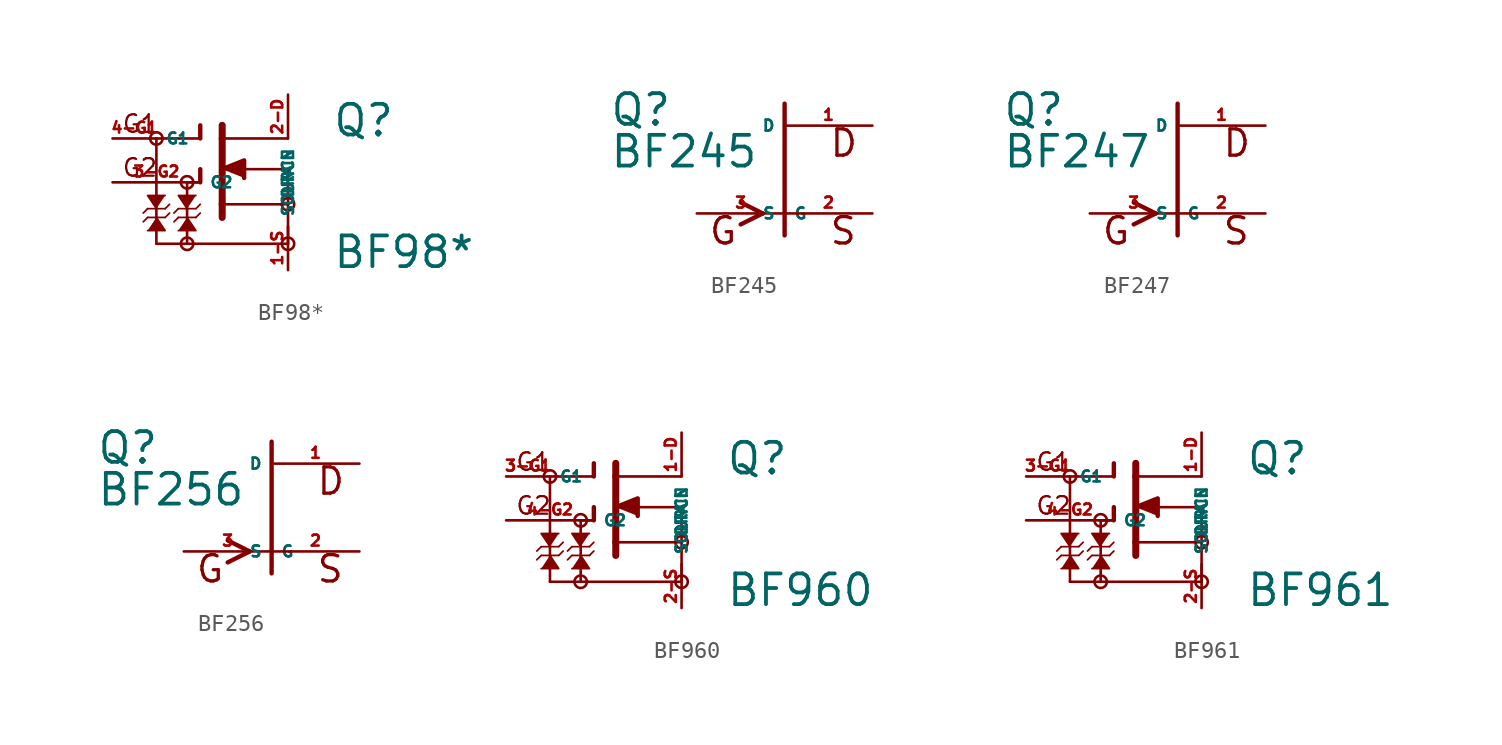
<source format=kicad_sym>
(kicad_symbol_lib
  (version 20220914)
  (generator Eagle2Kicad)
  (symbol "BF98*"
    (property "Reference" "Q"
      (at 5.08 2.54 0)
      (effects (font (size 1.778 1.778) (thickness 0.22)) (justify left bottom)))
    (property "Value" "BF98*"
      (at 5.08 -5.08 0)
      (effects (font (size 1.778 1.778) (thickness 0.22)) (justify left bottom)))
    (polyline
      (pts (xy -1.27 0.762) (xy 0 1.27) (xy 0 0.254))
      (stroke (width 0.254) (type default))
      (fill (type outline)))
    (polyline
      (pts (xy -5.08 -1.524) (xy -5.588 -0.762) (xy -4.572 -0.762))
      (stroke (width 0.102) (type default))
      (fill (type outline)))
    (polyline
      (pts (xy -3.302 -1.524) (xy -3.81 -0.762) (xy -2.794 -0.762))
      (stroke (width 0.102) (type default))
      (fill (type outline)))
    (polyline
      (pts (xy -3.302 -2.032) (xy -2.794 -2.794) (xy -3.81 -2.794))
      (stroke (width 0.102) (type default))
      (fill (type outline)))
    (polyline
      (pts (xy -5.08 -2.032) (xy -4.572 -2.794) (xy -5.588 -2.794))
      (stroke (width 0.102) (type default))
      (fill (type outline)))
    (polyline
      (pts (xy -5.08 2.54) (xy -2.54 2.54))
      (stroke (width 0.152) (type default))
      (fill (type none)))
    (polyline
      (pts (xy -3.302 0) (xy -2.54 0))
      (stroke (width 0.152) (type default))
      (fill (type none)))
    (polyline
      (pts (xy -2.54 2.54) (xy -2.54 3.302))
      (stroke (width 0.254) (type default))
      (fill (type none)))
    (polyline
      (pts (xy -2.54 0) (xy -2.54 0.762))
      (stroke (width 0.254) (type default))
      (fill (type none)))
    (polyline
      (pts (xy -1.27 3.302) (xy -1.27 2.54))
      (stroke (width 0.406) (type default))
      (fill (type none)))
    (polyline
      (pts (xy -1.27 2.54) (xy -1.27 -1.27))
      (stroke (width 0.406) (type default))
      (fill (type none)))
    (polyline
      (pts (xy -1.27 -1.27) (xy -1.27 -2.032))
      (stroke (width 0.406) (type default))
      (fill (type none)))
    (polyline
      (pts (xy -1.27 2.54) (xy 2.54 2.54))
      (stroke (width 0.152) (type default))
      (fill (type none)))
    (polyline
      (pts (xy -1.27 -1.27) (xy 2.54 -1.27))
      (stroke (width 0.152) (type default))
      (fill (type none)))
    (polyline
      (pts (xy 2.54 -1.27) (xy 2.54 -3.556))
      (stroke (width 0.152) (type default))
      (fill (type none)))
    (polyline
      (pts (xy 2.54 -1.27) (xy 2.54 0.762))
      (stroke (width 0.152) (type default))
      (fill (type none)))
    (polyline
      (pts (xy 2.54 0.762) (xy -1.016 0.762))
      (stroke (width 0.152) (type default))
      (fill (type none)))
    (polyline
      (pts (xy -5.588 -1.524) (xy -4.572 -1.524))
      (stroke (width 0.102) (type default))
      (fill (type none)))
    (polyline
      (pts (xy -4.572 -1.524) (xy -4.318 -1.27))
      (stroke (width 0.102) (type default))
      (fill (type none)))
    (polyline
      (pts (xy -5.588 -1.524) (xy -5.842 -1.778))
      (stroke (width 0.102) (type default))
      (fill (type none)))
    (polyline
      (pts (xy -3.81 -1.524) (xy -2.794 -1.524))
      (stroke (width 0.102) (type default))
      (fill (type none)))
    (polyline
      (pts (xy -2.794 -1.524) (xy -2.54 -1.27))
      (stroke (width 0.102) (type default))
      (fill (type none)))
    (polyline
      (pts (xy -3.81 -1.524) (xy -4.064 -1.778))
      (stroke (width 0.102) (type default))
      (fill (type none)))
    (polyline
      (pts (xy -2.794 -2.032) (xy -3.81 -2.032))
      (stroke (width 0.102) (type default))
      (fill (type none)))
    (polyline
      (pts (xy -3.81 -2.032) (xy -4.064 -2.286))
      (stroke (width 0.102) (type default))
      (fill (type none)))
    (polyline
      (pts (xy -2.794 -2.032) (xy -2.54 -1.778))
      (stroke (width 0.102) (type default))
      (fill (type none)))
    (polyline
      (pts (xy -4.572 -2.032) (xy -5.588 -2.032))
      (stroke (width 0.102) (type default))
      (fill (type none)))
    (polyline
      (pts (xy -5.588 -2.032) (xy -5.842 -2.286))
      (stroke (width 0.102) (type default))
      (fill (type none)))
    (polyline
      (pts (xy -4.572 -2.032) (xy -4.318 -1.778))
      (stroke (width 0.102) (type default))
      (fill (type none)))
    (polyline
      (pts (xy -5.08 2.54) (xy -5.08 -3.556))
      (stroke (width 0.152) (type default))
      (fill (type none)))
    (polyline
      (pts (xy -5.08 -3.556) (xy -3.302 -3.556))
      (stroke (width 0.152) (type default))
      (fill (type none)))
    (polyline
      (pts (xy -3.302 -3.556) (xy 2.54 -3.556))
      (stroke (width 0.152) (type default))
      (fill (type none)))
    (polyline
      (pts (xy -3.302 0) (xy -3.302 -3.556))
      (stroke (width 0.152) (type default))
      (fill (type none)))
    (text "G1"
      (at -7.112 2.794 0)
      (effects (font (size 1.016 1.016) (thickness 0.13)) (justify left bottom)))
    (text "G2"
      (at -7.112 0.254 0)
      (effects (font (size 1.016 1.016) (thickness 0.13)) (justify left bottom)))
    (circle
      (center 2.54 -1.27)
      (radius 0.359)
      (stroke (width 0) (type default))
      (fill (type none)))
    (circle
      (center -5.08 2.54)
      (radius 0.359)
      (stroke (width 0) (type default))
      (fill (type none)))
    (circle
      (center -3.302 0)
      (radius 0.359)
      (stroke (width 0) (type default))
      (fill (type none)))
    (circle
      (center -3.302 -3.556)
      (radius 0.359)
      (stroke (width 0) (type default))
      (fill (type none)))
    (circle
      (center 2.54 -3.556)
      (radius 0.359)
      (stroke (width 0) (type default))
      (fill (type none)))
    (pin passive line
      (at -7.62 2.54 0)
      (length 2.54)
      (name "G1" (effects (font (size 0.635 0.635) (thickness 0.08)) (justify left bottom)))
      (number "4-G1" (effects (font (size 0.635 0.635) (thickness 0.08)) (justify left bottom))))
    (pin passive line
      (at -7.62 0 0)
      (length 5.08)
      (name "G2" (effects (font (size 0.635 0.635) (thickness 0.08)) (justify left bottom)))
      (number "3-G2" (effects (font (size 0.635 0.635) (thickness 0.08)) (justify left bottom))))
    (pin passive line
      (at 2.54 5.08 270)
      (length 2.54)
      (name "DRAIN" (effects (font (size 0.635 0.635) (thickness 0.08)) (justify left bottom)))
      (number "2-D" (effects (font (size 0.635 0.635) (thickness 0.08)) (justify left bottom))))
    (pin passive line
      (at 2.54 -5.08 90)
      (length 2.54)
      (name "SOURCE" (effects (font (size 0.635 0.635) (thickness 0.08)) (justify left bottom)))
      (number "1-S" (effects (font (size 0.635 0.635) (thickness 0.08)) (justify left bottom)))))
  (symbol "BF245"
    (property "Reference" "Q"
      (at -10.16 2.413 0)
      (effects (font (size 1.778 1.778) (thickness 0.22)) (justify left bottom)))
    (property "Value" "BF245"
      (at -10.16 0 0)
      (effects (font (size 1.778 1.778) (thickness 0.22)) (justify left bottom)))
    (polyline
      (pts (xy 0 -3.81) (xy 0 3.81))
      (stroke (width 0.254) (type default))
      (fill (type none)))
    (polyline
      (pts (xy -2.54 -1.905) (xy -1.27 -2.54))
      (stroke (width 0.254) (type default))
      (fill (type none)))
    (polyline
      (pts (xy -1.27 -2.54) (xy -2.54 -3.175))
      (stroke (width 0.254) (type default))
      (fill (type none)))
    (text "D"
      (at 2.54 0.635 0)
      (effects (font (size 1.524 1.524) (thickness 0.19)) (justify left bottom)))
    (text "S"
      (at 2.54 -4.445 0)
      (effects (font (size 1.524 1.524) (thickness 0.19)) (justify left bottom)))
    (text "G"
      (at -4.445 -4.445 0)
      (effects (font (size 1.524 1.524) (thickness 0.19)) (justify left bottom)))
    (pin passive line
      (at -5.08 -2.54 0)
      (length 5.08)
      (name "G" (effects (font (size 0.635 0.635) (thickness 0.08)) (justify left bottom)))
      (number "3" (effects (font (size 0.635 0.635) (thickness 0.08)) (justify left bottom))))
    (pin passive line
      (at 5.08 2.54 180)
      (length 5.08)
      (name "D" (effects (font (size 0.635 0.635) (thickness 0.08)) (justify left bottom)))
      (number "1" (effects (font (size 0.635 0.635) (thickness 0.08)) (justify left bottom))))
    (pin passive line
      (at 5.08 -2.54 180)
      (length 5.08)
      (name "S" (effects (font (size 0.635 0.635) (thickness 0.08)) (justify left bottom)))
      (number "2" (effects (font (size 0.635 0.635) (thickness 0.08)) (justify left bottom)))))
  (symbol "BF247"
    (property "Reference" "Q"
      (at -10.16 2.413 0)
      (effects (font (size 1.778 1.778) (thickness 0.22)) (justify left bottom)))
    (property "Value" "BF247"
      (at -10.16 0 0)
      (effects (font (size 1.778 1.778) (thickness 0.22)) (justify left bottom)))
    (polyline
      (pts (xy 0 -3.81) (xy 0 3.81))
      (stroke (width 0.254) (type default))
      (fill (type none)))
    (polyline
      (pts (xy -2.54 -1.905) (xy -1.27 -2.54))
      (stroke (width 0.254) (type default))
      (fill (type none)))
    (polyline
      (pts (xy -1.27 -2.54) (xy -2.54 -3.175))
      (stroke (width 0.254) (type default))
      (fill (type none)))
    (text "D"
      (at 2.54 0.635 0)
      (effects (font (size 1.524 1.524) (thickness 0.19)) (justify left bottom)))
    (text "S"
      (at 2.54 -4.445 0)
      (effects (font (size 1.524 1.524) (thickness 0.19)) (justify left bottom)))
    (text "G"
      (at -4.445 -4.445 0)
      (effects (font (size 1.524 1.524) (thickness 0.19)) (justify left bottom)))
    (pin passive line
      (at -5.08 -2.54 0)
      (length 5.08)
      (name "G" (effects (font (size 0.635 0.635) (thickness 0.08)) (justify left bottom)))
      (number "3" (effects (font (size 0.635 0.635) (thickness 0.08)) (justify left bottom))))
    (pin passive line
      (at 5.08 2.54 180)
      (length 5.08)
      (name "D" (effects (font (size 0.635 0.635) (thickness 0.08)) (justify left bottom)))
      (number "1" (effects (font (size 0.635 0.635) (thickness 0.08)) (justify left bottom))))
    (pin passive line
      (at 5.08 -2.54 180)
      (length 5.08)
      (name "S" (effects (font (size 0.635 0.635) (thickness 0.08)) (justify left bottom)))
      (number "2" (effects (font (size 0.635 0.635) (thickness 0.08)) (justify left bottom)))))
  (symbol "BF256"
    (property "Reference" "Q"
      (at -10.16 2.413 0)
      (effects (font (size 1.778 1.778) (thickness 0.22)) (justify left bottom)))
    (property "Value" "BF256"
      (at -10.16 0 0)
      (effects (font (size 1.778 1.778) (thickness 0.22)) (justify left bottom)))
    (polyline
      (pts (xy 0 -3.81) (xy 0 3.81))
      (stroke (width 0.254) (type default))
      (fill (type none)))
    (polyline
      (pts (xy -2.54 -1.905) (xy -1.27 -2.54))
      (stroke (width 0.254) (type default))
      (fill (type none)))
    (polyline
      (pts (xy -1.27 -2.54) (xy -2.54 -3.175))
      (stroke (width 0.254) (type default))
      (fill (type none)))
    (text "D"
      (at 2.54 0.635 0)
      (effects (font (size 1.524 1.524) (thickness 0.19)) (justify left bottom)))
    (text "S"
      (at 2.54 -4.445 0)
      (effects (font (size 1.524 1.524) (thickness 0.19)) (justify left bottom)))
    (text "G"
      (at -4.445 -4.445 0)
      (effects (font (size 1.524 1.524) (thickness 0.19)) (justify left bottom)))
    (pin passive line
      (at -5.08 -2.54 0)
      (length 5.08)
      (name "G" (effects (font (size 0.635 0.635) (thickness 0.08)) (justify left bottom)))
      (number "3" (effects (font (size 0.635 0.635) (thickness 0.08)) (justify left bottom))))
    (pin passive line
      (at 5.08 2.54 180)
      (length 5.08)
      (name "D" (effects (font (size 0.635 0.635) (thickness 0.08)) (justify left bottom)))
      (number "1" (effects (font (size 0.635 0.635) (thickness 0.08)) (justify left bottom))))
    (pin passive line
      (at 5.08 -2.54 180)
      (length 5.08)
      (name "S" (effects (font (size 0.635 0.635) (thickness 0.08)) (justify left bottom)))
      (number "2" (effects (font (size 0.635 0.635) (thickness 0.08)) (justify left bottom)))))
  (symbol "BF960"
    (property "Reference" "Q"
      (at 5.08 2.54 0)
      (effects (font (size 1.778 1.778) (thickness 0.22)) (justify left bottom)))
    (property "Value" "BF960"
      (at 5.08 -5.08 0)
      (effects (font (size 1.778 1.778) (thickness 0.22)) (justify left bottom)))
    (polyline
      (pts (xy -1.27 0.762) (xy 0 1.27) (xy 0 0.254))
      (stroke (width 0.254) (type default))
      (fill (type outline)))
    (polyline
      (pts (xy -5.08 -1.524) (xy -5.588 -0.762) (xy -4.572 -0.762))
      (stroke (width 0.102) (type default))
      (fill (type outline)))
    (polyline
      (pts (xy -3.302 -1.524) (xy -3.81 -0.762) (xy -2.794 -0.762))
      (stroke (width 0.102) (type default))
      (fill (type outline)))
    (polyline
      (pts (xy -3.302 -2.032) (xy -2.794 -2.794) (xy -3.81 -2.794))
      (stroke (width 0.102) (type default))
      (fill (type outline)))
    (polyline
      (pts (xy -5.08 -2.032) (xy -4.572 -2.794) (xy -5.588 -2.794))
      (stroke (width 0.102) (type default))
      (fill (type outline)))
    (polyline
      (pts (xy -5.08 2.54) (xy -2.54 2.54))
      (stroke (width 0.152) (type default))
      (fill (type none)))
    (polyline
      (pts (xy -3.302 0) (xy -2.54 0))
      (stroke (width 0.152) (type default))
      (fill (type none)))
    (polyline
      (pts (xy -2.54 2.54) (xy -2.54 3.302))
      (stroke (width 0.254) (type default))
      (fill (type none)))
    (polyline
      (pts (xy -2.54 0) (xy -2.54 0.762))
      (stroke (width 0.254) (type default))
      (fill (type none)))
    (polyline
      (pts (xy -1.27 3.302) (xy -1.27 2.54))
      (stroke (width 0.406) (type default))
      (fill (type none)))
    (polyline
      (pts (xy -1.27 2.54) (xy -1.27 -1.27))
      (stroke (width 0.406) (type default))
      (fill (type none)))
    (polyline
      (pts (xy -1.27 -1.27) (xy -1.27 -2.032))
      (stroke (width 0.406) (type default))
      (fill (type none)))
    (polyline
      (pts (xy -1.27 2.54) (xy 2.54 2.54))
      (stroke (width 0.152) (type default))
      (fill (type none)))
    (polyline
      (pts (xy -1.27 -1.27) (xy 2.54 -1.27))
      (stroke (width 0.152) (type default))
      (fill (type none)))
    (polyline
      (pts (xy 2.54 -1.27) (xy 2.54 -3.556))
      (stroke (width 0.152) (type default))
      (fill (type none)))
    (polyline
      (pts (xy 2.54 -1.27) (xy 2.54 0.762))
      (stroke (width 0.152) (type default))
      (fill (type none)))
    (polyline
      (pts (xy 2.54 0.762) (xy -1.016 0.762))
      (stroke (width 0.152) (type default))
      (fill (type none)))
    (polyline
      (pts (xy -5.588 -1.524) (xy -4.572 -1.524))
      (stroke (width 0.102) (type default))
      (fill (type none)))
    (polyline
      (pts (xy -4.572 -1.524) (xy -4.318 -1.27))
      (stroke (width 0.102) (type default))
      (fill (type none)))
    (polyline
      (pts (xy -5.588 -1.524) (xy -5.842 -1.778))
      (stroke (width 0.102) (type default))
      (fill (type none)))
    (polyline
      (pts (xy -3.81 -1.524) (xy -2.794 -1.524))
      (stroke (width 0.102) (type default))
      (fill (type none)))
    (polyline
      (pts (xy -2.794 -1.524) (xy -2.54 -1.27))
      (stroke (width 0.102) (type default))
      (fill (type none)))
    (polyline
      (pts (xy -3.81 -1.524) (xy -4.064 -1.778))
      (stroke (width 0.102) (type default))
      (fill (type none)))
    (polyline
      (pts (xy -2.794 -2.032) (xy -3.81 -2.032))
      (stroke (width 0.102) (type default))
      (fill (type none)))
    (polyline
      (pts (xy -3.81 -2.032) (xy -4.064 -2.286))
      (stroke (width 0.102) (type default))
      (fill (type none)))
    (polyline
      (pts (xy -2.794 -2.032) (xy -2.54 -1.778))
      (stroke (width 0.102) (type default))
      (fill (type none)))
    (polyline
      (pts (xy -4.572 -2.032) (xy -5.588 -2.032))
      (stroke (width 0.102) (type default))
      (fill (type none)))
    (polyline
      (pts (xy -5.588 -2.032) (xy -5.842 -2.286))
      (stroke (width 0.102) (type default))
      (fill (type none)))
    (polyline
      (pts (xy -4.572 -2.032) (xy -4.318 -1.778))
      (stroke (width 0.102) (type default))
      (fill (type none)))
    (polyline
      (pts (xy -5.08 2.54) (xy -5.08 -3.556))
      (stroke (width 0.152) (type default))
      (fill (type none)))
    (polyline
      (pts (xy -5.08 -3.556) (xy -3.302 -3.556))
      (stroke (width 0.152) (type default))
      (fill (type none)))
    (polyline
      (pts (xy -3.302 -3.556) (xy 2.54 -3.556))
      (stroke (width 0.152) (type default))
      (fill (type none)))
    (polyline
      (pts (xy -3.302 0) (xy -3.302 -3.556))
      (stroke (width 0.152) (type default))
      (fill (type none)))
    (text "G1"
      (at -7.112 2.794 0)
      (effects (font (size 1.016 1.016) (thickness 0.13)) (justify left bottom)))
    (text "G2"
      (at -7.112 0.254 0)
      (effects (font (size 1.016 1.016) (thickness 0.13)) (justify left bottom)))
    (circle
      (center 2.54 -1.27)
      (radius 0.359)
      (stroke (width 0) (type default))
      (fill (type none)))
    (circle
      (center -5.08 2.54)
      (radius 0.359)
      (stroke (width 0) (type default))
      (fill (type none)))
    (circle
      (center -3.302 0)
      (radius 0.359)
      (stroke (width 0) (type default))
      (fill (type none)))
    (circle
      (center -3.302 -3.556)
      (radius 0.359)
      (stroke (width 0) (type default))
      (fill (type none)))
    (circle
      (center 2.54 -3.556)
      (radius 0.359)
      (stroke (width 0) (type default))
      (fill (type none)))
    (pin passive line
      (at -7.62 2.54 0)
      (length 2.54)
      (name "G1" (effects (font (size 0.635 0.635) (thickness 0.08)) (justify left bottom)))
      (number "3-G1" (effects (font (size 0.635 0.635) (thickness 0.08)) (justify left bottom))))
    (pin passive line
      (at -7.62 0 0)
      (length 5.08)
      (name "G2" (effects (font (size 0.635 0.635) (thickness 0.08)) (justify left bottom)))
      (number "4-G2" (effects (font (size 0.635 0.635) (thickness 0.08)) (justify left bottom))))
    (pin passive line
      (at 2.54 5.08 270)
      (length 2.54)
      (name "DRAIN" (effects (font (size 0.635 0.635) (thickness 0.08)) (justify left bottom)))
      (number "1-D" (effects (font (size 0.635 0.635) (thickness 0.08)) (justify left bottom))))
    (pin passive line
      (at 2.54 -5.08 90)
      (length 2.54)
      (name "SOURCE" (effects (font (size 0.635 0.635) (thickness 0.08)) (justify left bottom)))
      (number "2-S" (effects (font (size 0.635 0.635) (thickness 0.08)) (justify left bottom)))))
  (symbol "BF961"
    (property "Reference" "Q"
      (at 5.08 2.54 0)
      (effects (font (size 1.778 1.778) (thickness 0.22)) (justify left bottom)))
    (property "Value" "BF961"
      (at 5.08 -5.08 0)
      (effects (font (size 1.778 1.778) (thickness 0.22)) (justify left bottom)))
    (polyline
      (pts (xy -1.27 0.762) (xy 0 1.27) (xy 0 0.254))
      (stroke (width 0.254) (type default))
      (fill (type outline)))
    (polyline
      (pts (xy -5.08 -1.524) (xy -5.588 -0.762) (xy -4.572 -0.762))
      (stroke (width 0.102) (type default))
      (fill (type outline)))
    (polyline
      (pts (xy -3.302 -1.524) (xy -3.81 -0.762) (xy -2.794 -0.762))
      (stroke (width 0.102) (type default))
      (fill (type outline)))
    (polyline
      (pts (xy -3.302 -2.032) (xy -2.794 -2.794) (xy -3.81 -2.794))
      (stroke (width 0.102) (type default))
      (fill (type outline)))
    (polyline
      (pts (xy -5.08 -2.032) (xy -4.572 -2.794) (xy -5.588 -2.794))
      (stroke (width 0.102) (type default))
      (fill (type outline)))
    (polyline
      (pts (xy -5.08 2.54) (xy -2.54 2.54))
      (stroke (width 0.152) (type default))
      (fill (type none)))
    (polyline
      (pts (xy -3.302 0) (xy -2.54 0))
      (stroke (width 0.152) (type default))
      (fill (type none)))
    (polyline
      (pts (xy -2.54 2.54) (xy -2.54 3.302))
      (stroke (width 0.254) (type default))
      (fill (type none)))
    (polyline
      (pts (xy -2.54 0) (xy -2.54 0.762))
      (stroke (width 0.254) (type default))
      (fill (type none)))
    (polyline
      (pts (xy -1.27 3.302) (xy -1.27 2.54))
      (stroke (width 0.406) (type default))
      (fill (type none)))
    (polyline
      (pts (xy -1.27 2.54) (xy -1.27 -1.27))
      (stroke (width 0.406) (type default))
      (fill (type none)))
    (polyline
      (pts (xy -1.27 -1.27) (xy -1.27 -2.032))
      (stroke (width 0.406) (type default))
      (fill (type none)))
    (polyline
      (pts (xy -1.27 2.54) (xy 2.54 2.54))
      (stroke (width 0.152) (type default))
      (fill (type none)))
    (polyline
      (pts (xy -1.27 -1.27) (xy 2.54 -1.27))
      (stroke (width 0.152) (type default))
      (fill (type none)))
    (polyline
      (pts (xy 2.54 -1.27) (xy 2.54 -3.556))
      (stroke (width 0.152) (type default))
      (fill (type none)))
    (polyline
      (pts (xy 2.54 -1.27) (xy 2.54 0.762))
      (stroke (width 0.152) (type default))
      (fill (type none)))
    (polyline
      (pts (xy 2.54 0.762) (xy -1.016 0.762))
      (stroke (width 0.152) (type default))
      (fill (type none)))
    (polyline
      (pts (xy -5.588 -1.524) (xy -4.572 -1.524))
      (stroke (width 0.102) (type default))
      (fill (type none)))
    (polyline
      (pts (xy -4.572 -1.524) (xy -4.318 -1.27))
      (stroke (width 0.102) (type default))
      (fill (type none)))
    (polyline
      (pts (xy -5.588 -1.524) (xy -5.842 -1.778))
      (stroke (width 0.102) (type default))
      (fill (type none)))
    (polyline
      (pts (xy -3.81 -1.524) (xy -2.794 -1.524))
      (stroke (width 0.102) (type default))
      (fill (type none)))
    (polyline
      (pts (xy -2.794 -1.524) (xy -2.54 -1.27))
      (stroke (width 0.102) (type default))
      (fill (type none)))
    (polyline
      (pts (xy -3.81 -1.524) (xy -4.064 -1.778))
      (stroke (width 0.102) (type default))
      (fill (type none)))
    (polyline
      (pts (xy -2.794 -2.032) (xy -3.81 -2.032))
      (stroke (width 0.102) (type default))
      (fill (type none)))
    (polyline
      (pts (xy -3.81 -2.032) (xy -4.064 -2.286))
      (stroke (width 0.102) (type default))
      (fill (type none)))
    (polyline
      (pts (xy -2.794 -2.032) (xy -2.54 -1.778))
      (stroke (width 0.102) (type default))
      (fill (type none)))
    (polyline
      (pts (xy -4.572 -2.032) (xy -5.588 -2.032))
      (stroke (width 0.102) (type default))
      (fill (type none)))
    (polyline
      (pts (xy -5.588 -2.032) (xy -5.842 -2.286))
      (stroke (width 0.102) (type default))
      (fill (type none)))
    (polyline
      (pts (xy -4.572 -2.032) (xy -4.318 -1.778))
      (stroke (width 0.102) (type default))
      (fill (type none)))
    (polyline
      (pts (xy -5.08 2.54) (xy -5.08 -3.556))
      (stroke (width 0.152) (type default))
      (fill (type none)))
    (polyline
      (pts (xy -5.08 -3.556) (xy -3.302 -3.556))
      (stroke (width 0.152) (type default))
      (fill (type none)))
    (polyline
      (pts (xy -3.302 -3.556) (xy 2.54 -3.556))
      (stroke (width 0.152) (type default))
      (fill (type none)))
    (polyline
      (pts (xy -3.302 0) (xy -3.302 -3.556))
      (stroke (width 0.152) (type default))
      (fill (type none)))
    (text "G1"
      (at -7.112 2.794 0)
      (effects (font (size 1.016 1.016) (thickness 0.13)) (justify left bottom)))
    (text "G2"
      (at -7.112 0.254 0)
      (effects (font (size 1.016 1.016) (thickness 0.13)) (justify left bottom)))
    (circle
      (center 2.54 -1.27)
      (radius 0.359)
      (stroke (width 0) (type default))
      (fill (type none)))
    (circle
      (center -5.08 2.54)
      (radius 0.359)
      (stroke (width 0) (type default))
      (fill (type none)))
    (circle
      (center -3.302 0)
      (radius 0.359)
      (stroke (width 0) (type default))
      (fill (type none)))
    (circle
      (center -3.302 -3.556)
      (radius 0.359)
      (stroke (width 0) (type default))
      (fill (type none)))
    (circle
      (center 2.54 -3.556)
      (radius 0.359)
      (stroke (width 0) (type default))
      (fill (type none)))
    (pin passive line
      (at -7.62 2.54 0)
      (length 2.54)
      (name "G1" (effects (font (size 0.635 0.635) (thickness 0.08)) (justify left bottom)))
      (number "3-G1" (effects (font (size 0.635 0.635) (thickness 0.08)) (justify left bottom))))
    (pin passive line
      (at -7.62 0 0)
      (length 5.08)
      (name "G2" (effects (font (size 0.635 0.635) (thickness 0.08)) (justify left bottom)))
      (number "4-G2" (effects (font (size 0.635 0.635) (thickness 0.08)) (justify left bottom))))
    (pin passive line
      (at 2.54 5.08 270)
      (length 2.54)
      (name "DRAIN" (effects (font (size 0.635 0.635) (thickness 0.08)) (justify left bottom)))
      (number "1-D" (effects (font (size 0.635 0.635) (thickness 0.08)) (justify left bottom))))
    (pin passive line
      (at 2.54 -5.08 90)
      (length 2.54)
      (name "SOURCE" (effects (font (size 0.635 0.635) (thickness 0.08)) (justify left bottom)))
      (number "2-S" (effects (font (size 0.635 0.635) (thickness 0.08)) (justify left bottom))))))
</source>
